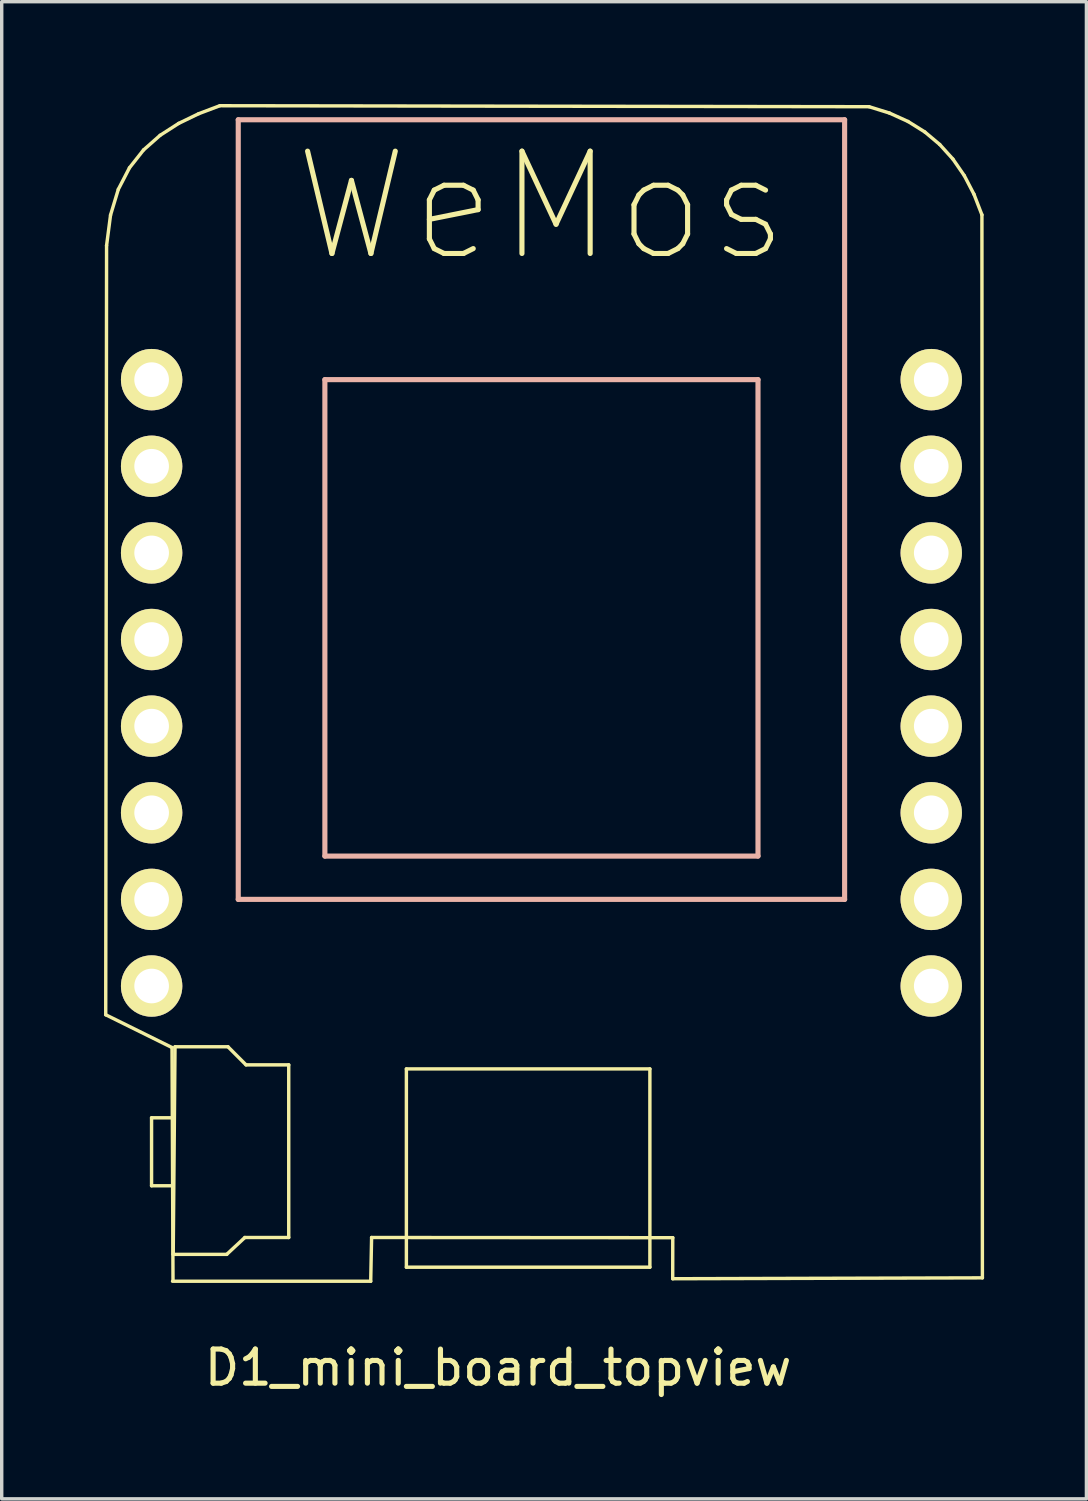
<source format=kicad_pcb>
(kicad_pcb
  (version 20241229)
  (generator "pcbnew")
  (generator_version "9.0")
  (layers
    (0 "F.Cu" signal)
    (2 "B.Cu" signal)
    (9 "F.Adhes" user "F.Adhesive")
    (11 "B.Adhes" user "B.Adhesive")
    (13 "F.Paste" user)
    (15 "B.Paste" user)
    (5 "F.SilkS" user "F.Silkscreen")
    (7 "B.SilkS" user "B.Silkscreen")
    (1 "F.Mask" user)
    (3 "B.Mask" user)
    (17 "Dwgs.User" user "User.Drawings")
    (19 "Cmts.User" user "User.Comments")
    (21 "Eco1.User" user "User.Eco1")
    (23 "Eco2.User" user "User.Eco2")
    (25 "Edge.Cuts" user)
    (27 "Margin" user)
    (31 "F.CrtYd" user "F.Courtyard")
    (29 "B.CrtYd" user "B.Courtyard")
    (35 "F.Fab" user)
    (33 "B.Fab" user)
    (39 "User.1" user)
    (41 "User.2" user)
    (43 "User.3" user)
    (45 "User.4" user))
  (footprint "D1_mini_board_topview"
    (layer "F.Cu")
    (at 12.826 18.242)
    (property "Reference" "D1_mini_board_topview" (at -1.27 18.81 0) (layer "F.SilkS") (effects (font (size 1 1) (thickness 0.15))))
    (attr through_hole)
    (fp_line (start -12.776 8.463) (end -10.832 9.424) (stroke (width 0.1) (type solid)) (layer "F.SilkS"))
    (fp_line (start -12.751 -14.092) (end -12.776 8.463) (stroke (width 0.1) (type solid)) (layer "F.SilkS"))
    (fp_line (start -12.635 -14.985) (end -12.751 -14.092) (stroke (width 0.1) (type solid)) (layer "F.SilkS"))
    (fp_line (start -12.407 -15.74) (end -12.635 -14.985) (stroke (width 0.1) (type solid)) (layer "F.SilkS"))
    (fp_line (start -12.08 -16.371) (end -12.407 -15.74) (stroke (width 0.1) (type solid)) (layer "F.SilkS"))
    (fp_line (start -11.667 -16.895) (end -12.08 -16.371) (stroke (width 0.1) (type solid)) (layer "F.SilkS"))
    (fp_line (start -11.432 11.484) (end -11.432 13.477) (stroke (width 0.1) (type solid)) (layer "F.SilkS"))
    (fp_line (start -11.432 13.477) (end -10.814 13.477) (stroke (width 0.1) (type solid)) (layer "F.SilkS"))
    (fp_line (start -11.181 -17.324) (end -11.667 -16.895) (stroke (width 0.1) (type solid)) (layer "F.SilkS"))
    (fp_line (start -10.832 9.424) (end -10.803 16.233) (stroke (width 0.1) (type solid)) (layer "F.SilkS"))
    (fp_line (start -10.817 16.277) (end -5.006 16.277) (stroke (width 0.1) (type solid)) (layer "F.SilkS"))
    (fp_line (start -10.797 15.488) (end -10.744 9.402) (stroke (width 0.1) (type solid)) (layer "F.SilkS"))
    (fp_line (start -10.779 11.484) (end -11.432 11.484) (stroke (width 0.1) (type solid)) (layer "F.SilkS"))
    (fp_line (start -10.744 9.402) (end -9.191 9.402) (stroke (width 0.1) (type solid)) (layer "F.SilkS"))
    (fp_line (start -10.638 -17.673) (end -11.181 -17.324) (stroke (width 0.1) (type solid)) (layer "F.SilkS"))
    (fp_line (start -10.05 -17.958) (end -10.638 -17.673) (stroke (width 0.1) (type solid)) (layer "F.SilkS"))
    (fp_line (start -9.43 -18.192) (end -10.05 -17.958) (stroke (width 0.1) (type solid)) (layer "F.SilkS"))
    (fp_line (start -9.227 15.488) (end -10.797 15.488) (stroke (width 0.1) (type solid)) (layer "F.SilkS"))
    (fp_line (start -9.191 9.402) (end -8.662 9.932) (stroke (width 0.1) (type solid)) (layer "F.SilkS"))
    (fp_line (start -8.697 14.994) (end -9.227 15.488) (stroke (width 0.1) (type solid)) (layer "F.SilkS"))
    (fp_line (start -8.662 9.932) (end -7.41 9.932) (stroke (width 0.1) (type solid)) (layer "F.SilkS"))
    (fp_line (start -7.41 9.932) (end -7.41 14.994) (stroke (width 0.1) (type solid)) (layer "F.SilkS"))
    (fp_line (start -7.41 14.994) (end -8.697 14.994) (stroke (width 0.1) (type solid)) (layer "F.SilkS"))
    (fp_line (start -5.006 16.277) (end -4.98 14.994) (stroke (width 0.1) (type solid)) (layer "F.SilkS"))
    (fp_line (start -4.98 14.994) (end 3.851 15) (stroke (width 0.1) (type solid)) (layer "F.SilkS"))
    (fp_line (start -3.96 10.051) (end -3.96 15.865) (stroke (width 0.1) (type solid)) (layer "F.SilkS"))
    (fp_line (start -3.96 15.865) (end 3.18 15.865) (stroke (width 0.1) (type solid)) (layer "F.SilkS"))
    (fp_line (start 3.18 10.051) (end -3.96 10.051) (stroke (width 0.1) (type solid)) (layer "F.SilkS"))
    (fp_line (start 3.18 15.865) (end 3.18 10.051) (stroke (width 0.1) (type solid)) (layer "F.SilkS"))
    (fp_line (start 3.849 16.203) (end 12.93 16.177) (stroke (width 0.1) (type solid)) (layer "F.SilkS"))
    (fp_line (start 3.851 15) (end 3.849 16.203) (stroke (width 0.1) (type solid)) (layer "F.SilkS"))
    (fp_line (start 9.607 -18.163) (end -9.43 -18.192) (stroke (width 0.1) (type solid)) (layer "F.SilkS"))
    (fp_line (start 10.205 -17.977) (end 9.607 -18.163) (stroke (width 0.1) (type solid)) (layer "F.SilkS"))
    (fp_line (start 10.749 -17.73) (end 10.205 -17.977) (stroke (width 0.1) (type solid)) (layer "F.SilkS"))
    (fp_line (start 11.241 -17.423) (end 10.749 -17.73) (stroke (width 0.1) (type solid)) (layer "F.SilkS"))
    (fp_line (start 11.679 -17.055) (end 11.241 -17.423) (stroke (width 0.1) (type solid)) (layer "F.SilkS"))
    (fp_line (start 12.065 -16.628) (end 11.679 -17.055) (stroke (width 0.1) (type solid)) (layer "F.SilkS"))
    (fp_line (start 12.4 -16.141) (end 12.065 -16.628) (stroke (width 0.1) (type solid)) (layer "F.SilkS"))
    (fp_line (start 12.683 -15.596) (end 12.4 -16.141) (stroke (width 0.1) (type solid)) (layer "F.SilkS"))
    (fp_line (start 12.916 -14.993) (end 12.683 -15.596) (stroke (width 0.1) (type solid)) (layer "F.SilkS"))
    (fp_line (start 12.93 16.177) (end 12.916 -14.993) (stroke (width 0.1) (type solid)) (layer "F.SilkS"))
    (fp_line (start -8.89 -17.78) (end 8.89 -17.78) (stroke (width 0.15) (type solid)) (layer "B.SilkS"))
    (fp_line (start -8.89 5.08) (end -8.89 -17.78) (stroke (width 0.15) (type solid)) (layer "B.SilkS"))
    (fp_line (start -6.35 -10.16) (end -6.35 3.81) (stroke (width 0.15) (type solid)) (layer "B.SilkS"))
    (fp_line (start -6.35 3.81) (end 6.35 3.81) (stroke (width 0.15) (type solid)) (layer "B.SilkS"))
    (fp_line (start 6.35 -10.16) (end -6.35 -10.16) (stroke (width 0.15) (type solid)) (layer "B.SilkS"))
    (fp_line (start 6.35 3.81) (end 6.35 -10.16) (stroke (width 0.15) (type solid)) (layer "B.SilkS"))
    (fp_line (start 8.89 -17.78) (end 8.89 5.08) (stroke (width 0.15) (type solid)) (layer "B.SilkS"))
    (fp_line (start 8.89 5.08) (end -8.89 5.08) (stroke (width 0.15) (type solid)) (layer "B.SilkS"))
    (fp_text user "WeMos" (at 0 -15.24 0) (layer "F.SilkS") (effects (font (size 3 3) (thickness 0.15))))
    (pad "1" thru_hole circle (at 11.43 7.62) (size 1.8 1.8) (drill 1.016) (layers "*.Cu" "*.Mask" "F.SilkS"))
    (pad "2" thru_hole circle (at 11.43 5.08) (size 1.8 1.8) (drill 1.016) (layers "*.Cu" "*.Mask" "F.SilkS"))
    (pad "3" thru_hole circle (at 11.43 2.54) (size 1.8 1.8) (drill 1.016) (layers "*.Cu" "*.Mask" "F.SilkS"))
    (pad "4" thru_hole circle (at 11.43 0) (size 1.8 1.8) (drill 1.016) (layers "*.Cu" "*.Mask" "F.SilkS"))
    (pad "5" thru_hole circle (at 11.43 -2.54) (size 1.8 1.8) (drill 1.016) (layers "*.Cu" "*.Mask" "F.SilkS"))
    (pad "6" thru_hole circle (at 11.43 -5.08) (size 1.8 1.8) (drill 1.016) (layers "*.Cu" "*.Mask" "F.SilkS"))
    (pad "7" thru_hole circle (at 11.43 -7.62) (size 1.8 1.8) (drill 1.016) (layers "*.Cu" "*.Mask" "F.SilkS"))
    (pad "8" thru_hole circle (at 11.43 -10.16) (size 1.8 1.8) (drill 1.016) (layers "*.Cu" "*.Mask" "F.SilkS"))
    (pad "9" thru_hole circle (at -11.43 -10.16) (size 1.8 1.8) (drill 1.016) (layers "*.Cu" "*.Mask" "F.SilkS"))
    (pad "10" thru_hole circle (at -11.43 -7.62) (size 1.8 1.8) (drill 1.016) (layers "*.Cu" "*.Mask" "F.SilkS"))
    (pad "11" thru_hole circle (at -11.43 -5.08) (size 1.8 1.8) (drill 1.016) (layers "*.Cu" "*.Mask" "F.SilkS"))
    (pad "12" thru_hole circle (at -11.43 -2.54) (size 1.8 1.8) (drill 1.016) (layers "*.Cu" "*.Mask" "F.SilkS"))
    (pad "13" thru_hole circle (at -11.43 0) (size 1.8 1.8) (drill 1.016) (layers "*.Cu" "*.Mask" "F.SilkS"))
    (pad "14" thru_hole circle (at -11.43 2.54) (size 1.8 1.8) (drill 1.016) (layers "*.Cu" "*.Mask" "F.SilkS"))
    (pad "15" thru_hole circle (at -11.43 5.08) (size 1.8 1.8) (drill 1.016) (layers "*.Cu" "*.Mask" "F.SilkS"))
    (pad "16" thru_hole circle (at -11.43 7.62) (size 1.8 1.8) (drill 1.016) (layers "*.Cu" "*.Mask" "F.SilkS")))
  (gr_rect
    (start -3 -3)
    (end 28.806 40.9)
    (stroke (width 0.1) (type default))
    (fill no)
    (layer "Edge.Cuts")))
</source>
